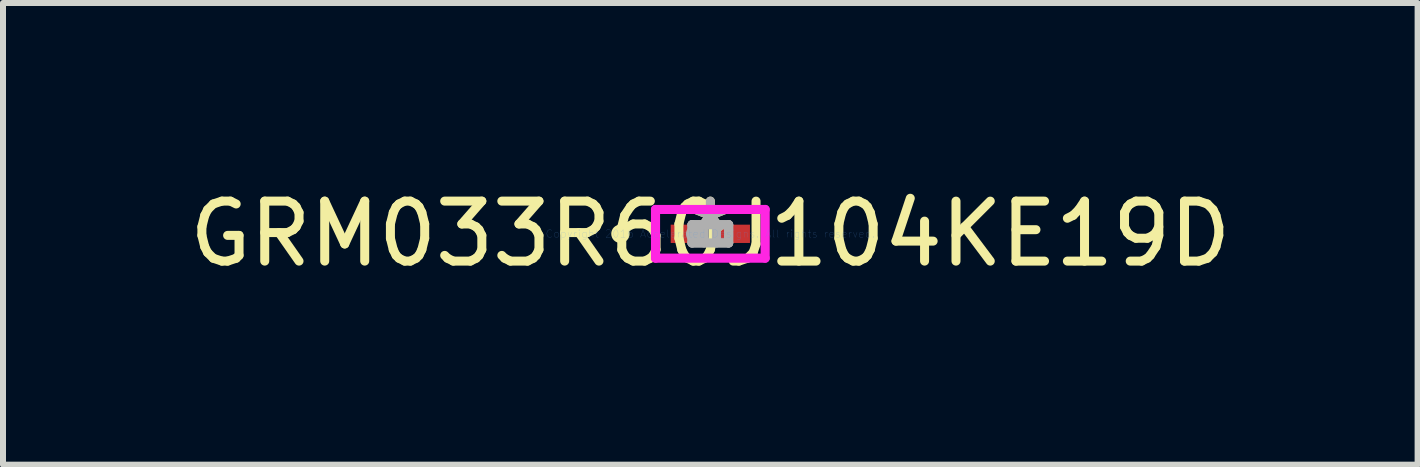
<source format=kicad_pcb>
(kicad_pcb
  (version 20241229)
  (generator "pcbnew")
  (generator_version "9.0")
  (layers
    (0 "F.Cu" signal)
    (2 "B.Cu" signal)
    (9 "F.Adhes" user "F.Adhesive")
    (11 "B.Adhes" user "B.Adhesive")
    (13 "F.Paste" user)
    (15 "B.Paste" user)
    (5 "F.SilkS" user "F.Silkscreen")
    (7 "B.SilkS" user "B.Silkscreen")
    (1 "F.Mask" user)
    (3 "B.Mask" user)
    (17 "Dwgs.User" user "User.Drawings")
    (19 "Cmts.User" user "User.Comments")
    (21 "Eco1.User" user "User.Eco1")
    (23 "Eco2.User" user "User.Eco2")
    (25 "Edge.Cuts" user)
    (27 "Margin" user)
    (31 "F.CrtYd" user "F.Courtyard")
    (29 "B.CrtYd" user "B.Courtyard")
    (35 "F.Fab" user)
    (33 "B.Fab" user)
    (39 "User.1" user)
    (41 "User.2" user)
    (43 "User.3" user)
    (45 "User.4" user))
  (footprint "GRM033R60J104KE19D"
    (layer "F.Cu")
    (at 8.792 0.848)
    (property "Reference" "GRM033R60J104KE19D" (at 0 0 0) (layer "F.SilkS") (effects (font (size 1 1) (thickness 0.15))))
    (attr through_hole)
    (fp_circle (center -1.499 0) (end -1.422 0) (stroke (width 0.152) (type solid)) (fill no) (layer "F.SilkS"))
    (fp_line (start -0.914 -0.406) (end 0.914 -0.406) (stroke (width 0.152) (type solid)) (layer "F.CrtYd"))
    (fp_line (start -0.914 0.406) (end -0.914 -0.406) (stroke (width 0.152) (type solid)) (layer "F.CrtYd"))
    (fp_line (start 0.914 -0.406) (end 0.914 0.406) (stroke (width 0.152) (type solid)) (layer "F.CrtYd"))
    (fp_line (start 0.914 0.406) (end -0.914 0.406) (stroke (width 0.152) (type solid)) (layer "F.CrtYd"))
    (fp_line (start -0.305 -0.152) (end -0.305 0.152) (stroke (width 0.152) (type solid)) (layer "F.Fab"))
    (fp_line (start -0.305 -0.152) (end -0.305 0.152) (stroke (width 0.152) (type solid)) (layer "F.Fab"))
    (fp_line (start -0.305 0.152) (end -0.102 0.152) (stroke (width 0.152) (type solid)) (layer "F.Fab"))
    (fp_line (start -0.305 0.152) (end 0.305 0.152) (stroke (width 0.152) (type solid)) (layer "F.Fab"))
    (fp_line (start -0.102 -0.152) (end -0.305 -0.152) (stroke (width 0.152) (type solid)) (layer "F.Fab"))
    (fp_line (start -0.102 0.152) (end -0.102 -0.152) (stroke (width 0.152) (type solid)) (layer "F.Fab"))
    (fp_line (start 0.102 -0.152) (end 0.102 0.152) (stroke (width 0.152) (type solid)) (layer "F.Fab"))
    (fp_line (start 0.102 0.152) (end 0.305 0.152) (stroke (width 0.152) (type solid)) (layer "F.Fab"))
    (fp_line (start 0.305 -0.152) (end -0.305 -0.152) (stroke (width 0.152) (type solid)) (layer "F.Fab"))
    (fp_line (start 0.305 -0.152) (end 0.102 -0.152) (stroke (width 0.152) (type solid)) (layer "F.Fab"))
    (fp_line (start 0.305 0.152) (end 0.305 -0.152) (stroke (width 0.152) (type solid)) (layer "F.Fab"))
    (fp_line (start 0.305 0.152) (end 0.305 -0.152) (stroke (width 0.152) (type solid)) (layer "F.Fab"))
    (fp_circle (center -0.254 0) (end -0.178 0) (stroke (width 0.152) (type solid)) (fill no) (layer "F.Fab"))
    (fp_text user "*" (at 0 0 0) (layer "F.SilkS") (effects (font (size 1 1) (thickness 0.15))))
    (fp_text user "Copyright 2016 Accelerated Designs. All rights reserved." (at 0 0 0) (layer "Cmts.User") (effects (font (size 0.127 0.127) (thickness 0.002))))
    (fp_text user "*" (at 0 0 0) (layer "F.Fab") (effects (font (size 1 1) (thickness 0.15))))
    (pad "1" smd rect (at -0.381 0) (size 0.559 0.305) (layers "F.Cu" "F.Mask" "F.Paste"))
    (pad "2" smd rect (at 0.381 0) (size 0.559 0.305) (layers "F.Cu" "F.Mask" "F.Paste")))
  (gr_rect
    (start -3 -3)
    (end 20.583 4.697)
    (stroke (width 0.1) (type default))
    (fill no)
    (layer "Edge.Cuts")))
</source>
